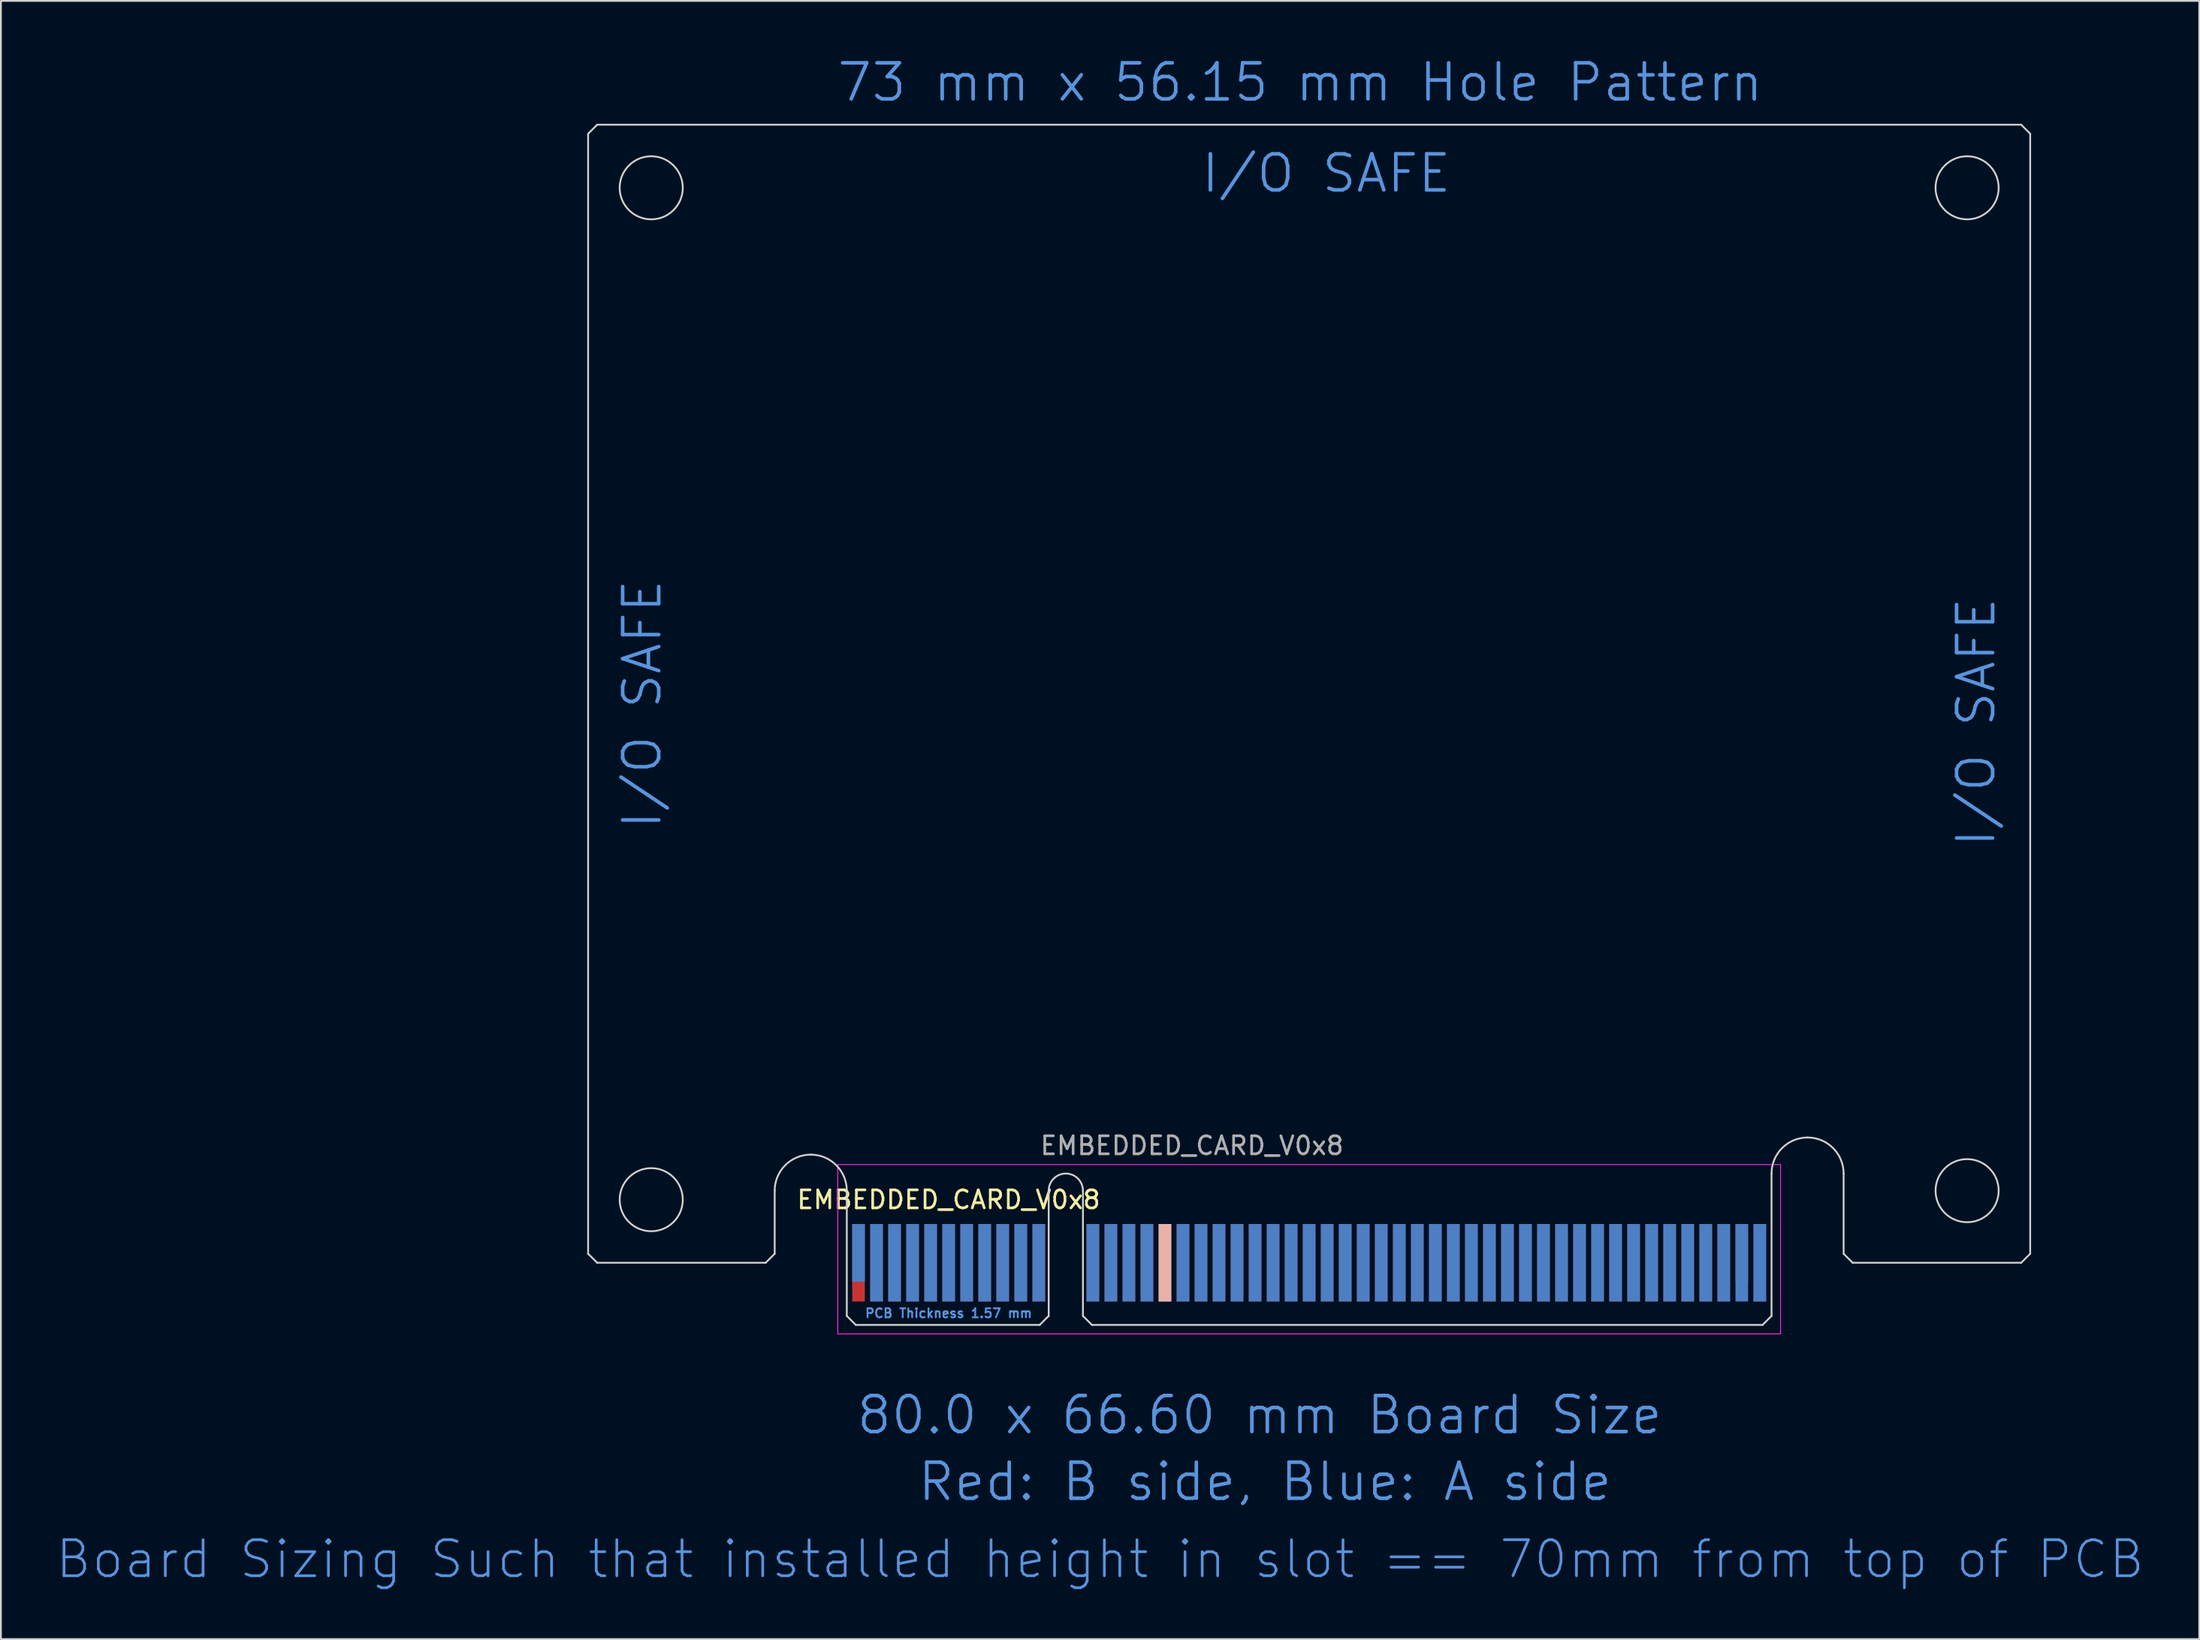
<source format=kicad_pcb>
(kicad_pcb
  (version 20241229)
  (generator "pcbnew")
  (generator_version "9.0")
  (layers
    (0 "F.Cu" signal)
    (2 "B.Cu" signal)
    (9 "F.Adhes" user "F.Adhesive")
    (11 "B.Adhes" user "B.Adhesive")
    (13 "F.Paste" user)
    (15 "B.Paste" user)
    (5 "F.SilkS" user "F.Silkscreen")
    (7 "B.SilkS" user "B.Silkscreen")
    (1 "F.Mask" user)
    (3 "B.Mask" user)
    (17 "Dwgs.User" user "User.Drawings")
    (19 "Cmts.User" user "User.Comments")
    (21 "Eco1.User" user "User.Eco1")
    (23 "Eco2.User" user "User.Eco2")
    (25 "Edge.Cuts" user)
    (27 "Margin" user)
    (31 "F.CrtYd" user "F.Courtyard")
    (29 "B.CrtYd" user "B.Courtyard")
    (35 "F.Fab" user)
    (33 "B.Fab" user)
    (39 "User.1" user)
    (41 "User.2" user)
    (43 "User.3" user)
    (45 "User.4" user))
  (footprint "EMBEDDED_CARD_V0x8"
    (layer "F.Cu")
    (at 44.577 67.021)
    (property "Reference" "EMBEDDED_CARD_V0x8" (at 5 -3.5 0) (layer "F.SilkS") (effects (font (size 1 1) (thickness 0.15))))
    (attr exclude_from_pos_files exclude_from_bom)
    (fp_line (start -15 -0.5) (end -15 -62.65) (stroke (width 0.1) (type solid)) (layer "Edge.Cuts"))
    (fp_line (start -15 -0.5) (end -14.5 0) (stroke (width 0.1) (type solid)) (layer "Edge.Cuts"))
    (fp_line (start -14.5 -63.15) (end -15 -62.65) (stroke (width 0.1) (type solid)) (layer "Edge.Cuts"))
    (fp_line (start -14.5 -63.15) (end 64.5 -63.15) (stroke (width 0.1) (type solid)) (layer "Edge.Cuts"))
    (fp_line (start -5.15 0) (end -14.5 0) (stroke (width 0.1) (type solid)) (layer "Edge.Cuts"))
    (fp_line (start -5.15 0) (end -4.65 -0.5) (stroke (width 0.1) (type solid)) (layer "Edge.Cuts"))
    (fp_line (start -4.65 -4) (end -4.65 -0.5) (stroke (width 0.1) (type solid)) (layer "Edge.Cuts"))
    (fp_line (start -0.65 -4) (end -0.65 2.95) (stroke (width 0.1) (type solid)) (layer "Edge.Cuts"))
    (fp_line (start -0.65 2.95) (end -0.15 3.45) (stroke (width 0.1) (type solid)) (layer "Edge.Cuts"))
    (fp_line (start -0.15 3.45) (end 10.05 3.45) (stroke (width 0.1) (type solid)) (layer "Edge.Cuts"))
    (fp_line (start 10.55 -4) (end 10.55 2.95) (stroke (width 0.1) (type solid)) (layer "Edge.Cuts"))
    (fp_line (start 10.55 2.95) (end 10.05 3.45) (stroke (width 0.1) (type solid)) (layer "Edge.Cuts"))
    (fp_line (start 12.45 -4) (end 12.45 2.95) (stroke (width 0.1) (type solid)) (layer "Edge.Cuts"))
    (fp_line (start 12.45 2.95) (end 12.95 3.45) (stroke (width 0.1) (type solid)) (layer "Edge.Cuts"))
    (fp_line (start 12.95 3.45) (end 50.15 3.45) (stroke (width 0.1) (type solid)) (layer "Edge.Cuts"))
    (fp_line (start 50.65 -4.95) (end 50.65 2.95) (stroke (width 0.1) (type solid)) (layer "Edge.Cuts"))
    (fp_line (start 50.65 2.95) (end 50.15 3.45) (stroke (width 0.1) (type solid)) (layer "Edge.Cuts"))
    (fp_line (start 54.65 -4.95) (end 54.65 -0.5) (stroke (width 0.1) (type solid)) (layer "Edge.Cuts"))
    (fp_line (start 55.15 0) (end 54.65 -0.5) (stroke (width 0.1) (type solid)) (layer "Edge.Cuts"))
    (fp_line (start 55.15 0) (end 64.5 0) (stroke (width 0.1) (type solid)) (layer "Edge.Cuts"))
    (fp_line (start 65 -62.65) (end 64.5 -63.15) (stroke (width 0.1) (type solid)) (layer "Edge.Cuts"))
    (fp_line (start 65 -0.5) (end 64.5 0) (stroke (width 0.1) (type solid)) (layer "Edge.Cuts"))
    (fp_line (start 65 -0.5) (end 65 -62.65) (stroke (width 0.1) (type solid)) (layer "Edge.Cuts"))
    (fp_arc (start -4.65 -4) (mid -4.064214 -5.414214) (end -2.65 -6) (stroke (width 0.1) (type solid)) (layer "Edge.Cuts"))
    (fp_arc (start -2.65 -6) (mid -1.235786 -5.414214) (end -0.65 -4) (stroke (width 0.1) (type solid)) (layer "Edge.Cuts"))
    (fp_arc (start 10.55 -4) (mid 11.5 -4.95) (end 12.45 -4) (stroke (width 0.1) (type solid)) (layer "Edge.Cuts"))
    (fp_arc (start 50.650001 -4.949999) (mid 51.235787 -6.364213) (end 52.650001 -6.949999) (stroke (width 0.1) (type solid)) (layer "Edge.Cuts"))
    (fp_arc (start 52.650001 -6.949999) (mid 54.064215 -6.364213) (end 54.650001 -4.949999) (stroke (width 0.1) (type solid)) (layer "Edge.Cuts"))
    (fp_circle (center -11.5 -59.65) (end -9.75 -59.65) (stroke (width 0.1) (type solid)) (fill no) (layer "Edge.Cuts"))
    (fp_circle (center -11.5 -3.5) (end -9.75 -3.5) (stroke (width 0.1) (type solid)) (fill no) (layer "Edge.Cuts"))
    (fp_circle (center 61.5 -59.65) (end 63.25 -59.65) (stroke (width 0.1) (type solid)) (fill no) (layer "Edge.Cuts"))
    (fp_circle (center 61.5 -4) (end 63.25 -4) (stroke (width 0.1) (type solid)) (fill no) (layer "Edge.Cuts"))
    (fp_line (start -1.15 -5.45) (end -1.15 3.95) (stroke (width 0.05) (type solid)) (layer "F.CrtYd"))
    (fp_line (start -1.15 -5.45) (end 51.15 -5.45) (stroke (width 0.05) (type solid)) (layer "F.CrtYd"))
    (fp_line (start 51.15 3.95) (end -1.15 3.95) (stroke (width 0.05) (type solid)) (layer "F.CrtYd"))
    (fp_line (start 51.15 3.95) (end 51.15 -5.45) (stroke (width 0.05) (type solid)) (layer "F.CrtYd"))
    (fp_line (start -17.5 -59.65) (end -17.5 -3.5) (stroke (width 0.12) (type solid)) (layer "User.8"))
    (fp_line (start -15 4.6) (end 65 4.6) (stroke (width 0.2) (type solid)) (layer "User.8"))
    (fp_line (start -14 -55.5) (end -9 -55.5) (stroke (width 0.12) (type solid)) (layer "User.8"))
    (fp_line (start -11.5 -64.05) (end 61.5 -64.05) (stroke (width 0.12) (type solid)) (layer "User.8"))
    (fp_line (start -9 -55.5) (end -9 -10) (stroke (width 0.12) (type solid)) (layer "User.8"))
    (fp_line (start -9 -10) (end -14 -10) (stroke (width 0.12) (type solid)) (layer "User.8"))
    (fp_line (start -6.05 -57.45) (end -6.05 -62.45) (stroke (width 0.12) (type solid)) (layer "User.8"))
    (fp_line (start -6.05 -57.45) (end 55.95 -57.45) (stroke (width 0.12) (type solid)) (layer "User.8"))
    (fp_line (start 55.95 -62.45) (end 55.95 -57.45) (stroke (width 0.12) (type solid)) (layer "User.8"))
    (fp_line (start 59 -55.5) (end 59 -10) (stroke (width 0.12) (type solid)) (layer "User.8"))
    (fp_line (start 59 -10) (end 64 -10) (stroke (width 0.12) (type solid)) (layer "User.8"))
    (fp_line (start 64 -55.5) (end 59 -55.5) (stroke (width 0.12) (type solid)) (layer "User.8"))
    (fp_line (start 68 3.45) (end 68 -63.15) (stroke (width 0.12) (type solid)) (layer "User.8"))
    (fp_text user "I/O SAFE" (at -12 -31 90) (unlocked yes) (layer "Cmts.User") (effects (font (size 2 2) (thickness 0.2))))
    (fp_text user "PCB Thickness 1.57 mm" (at 5 2.8 180) (layer "Cmts.User") (effects (font (size 0.5 0.5) (thickness 0.1))))
    (fp_text user "I/O SAFE" (at 25.95 -60.45 0) (unlocked yes) (layer "Cmts.User") (effects (font (size 2 2) (thickness 0.2))))
    (fp_text user "Board Sizing Such that installed height in slot == 70mm from top of PCB" (at 13.4 16.45 0) (unlocked yes) (layer "Cmts.User") (effects (font (size 2 2) (thickness 0.15))))
    (fp_text user "80.0 x 66.60 mm Board Size" (at 22.25 8.45 0) (unlocked yes) (layer "Cmts.User") (effects (font (size 2 2) (thickness 0.2))))
    (fp_text user "73 mm x 56.15 mm Hole Pattern" (at 24.5 -65.5 0) (unlocked yes) (layer "Cmts.User") (effects (font (size 2 2) (thickness 0.2))))
    (fp_text user "I/O SAFE" (at 62 -30 90) (unlocked yes) (layer "Cmts.User") (effects (font (size 2 2) (thickness 0.2))))
    (fp_text user "Red: B side, Blue: A side" (at 22.55 12.15 0) (unlocked yes) (layer "Cmts.User") (effects (font (size 2 2) (thickness 0.2))))
    (fp_text user "${REFERENCE}" (at 18.5 -6.5 0) (layer "F.Fab") (effects (font (size 1 1) (thickness 0.15))))
    (pad "+5V" connect rect (at 8 0) (size 0.7 4.3) (layers "F.Cu" "F.Mask"))
    (pad "+5V" connect rect (at 9 0) (size 0.7 4.3) (layers "F.Cu" "F.Mask"))
    (pad "+5V" connect rect (at 9 0) (size 0.7 4.3) (layers "B.Cu" "B.Mask"))
    (pad "+5V" connect rect (at 10 0) (size 0.7 4.3) (layers "F.Cu" "F.Mask"))
    (pad "+5V" connect rect (at 10 0) (size 0.7 4.3) (layers "B.Cu" "B.Mask"))
    (pad "+12V" connect rect (at 0 -0.55) (size 0.7 3.2) (layers "B.Cu" "B.Mask"))
    (pad "+12V" connect rect (at 0 0) (size 0.7 4.3) (layers "F.Cu" "F.Mask"))
    (pad "+12V" connect rect (at 1 0) (size 0.7 4.3) (layers "F.Cu" "F.Mask"))
    (pad "+12V" connect rect (at 1 0) (size 0.7 4.3) (layers "B.Cu" "B.Mask"))
    (pad "+12V" connect rect (at 2 0) (size 0.7 4.3) (layers "F.Cu" "F.Mask"))
    (pad "+12V" connect rect (at 2 0) (size 0.7 4.3) (layers "B.Cu" "B.Mask"))
    (pad "3" connect rect (at 4 0) (size 0.7 4.3) (layers "F.Cu" "F.Mask"))
    (pad "4" connect rect (at 5 0) (size 0.7 4.3) (layers "F.Cu" "F.Mask"))
    (pad "5" connect rect (at 6 0) (size 0.7 4.3) (layers "B.Cu" "B.Mask"))
    (pad "6" connect rect (at 7 0) (size 0.7 4.3) (layers "B.Cu" "B.Mask"))
    (pad "7" connect rect (at 31 0) (size 0.7 4.3) (layers "F.Cu" "F.Mask"))
    (pad "8" connect rect (at 32 0) (size 0.7 4.3) (layers "F.Cu" "F.Mask"))
    (pad "9" connect rect (at 18 0) (size 0.7 4.3) (layers "F.Cu" "F.Mask"))
    (pad "10" connect rect (at 14 0) (size 0.7 4.3) (layers "B.Cu" "B.Mask"))
    (pad "11" connect rect (at 15 0) (size 0.7 4.3) (layers "B.Cu" "B.Mask"))
    (pad "12" connect rect (at 15 0) (size 0.7 4.3) (layers "F.Cu" "F.Mask"))
    (pad "13" connect rect (at 16 0) (size 0.7 4.3) (layers "F.Cu" "F.Mask"))
    (pad "14" connect rect (at 17 0) (size 0.7 4.3) (layers "B.Cu" "B.Mask"))
    (pad "15" connect rect (at 18 0) (size 0.7 4.3) (layers "B.Cu" "B.Mask"))
    (pad "16" connect rect (at 20 0) (size 0.7 4.3) (layers "F.Cu" "F.Mask"))
    (pad "17" connect rect (at 21 0) (size 0.7 4.3) (layers "F.Cu" "F.Mask"))
    (pad "18" connect rect (at 22 0) (size 0.7 4.3) (layers "B.Cu" "B.Mask"))
    (pad "19" connect rect (at 23 0) (size 0.7 4.3) (layers "B.Cu" "B.Mask"))
    (pad "20" connect rect (at 24 0) (size 0.7 4.3) (layers "F.Cu" "F.Mask"))
    (pad "21" connect rect (at 25 0) (size 0.7 4.3) (layers "F.Cu" "F.Mask"))
    (pad "22" connect rect (at 26 0) (size 0.7 4.3) (layers "B.Cu" "B.Mask"))
    (pad "23" connect rect (at 27 0) (size 0.7 4.3) (layers "B.Cu" "B.Mask"))
    (pad "24" connect rect (at 28 0) (size 0.7 4.3) (layers "F.Cu" "F.Mask"))
    (pad "25" connect rect (at 29 0) (size 0.7 4.3) (layers "F.Cu" "F.Mask"))
    (pad "26" connect rect (at 30 0) (size 0.7 4.3) (layers "B.Cu" "B.Mask"))
    (pad "27" connect rect (at 31 0) (size 0.7 4.3) (layers "B.Cu" "B.Mask"))
    (pad "28" connect rect (at 34 0) (size 0.7 4.3) (layers "F.Cu" "F.Mask"))
    (pad "29" connect rect (at 35 0) (size 0.7 4.3) (layers "F.Cu" "F.Mask"))
    (pad "30" connect rect (at 36 0) (size 0.7 4.3) (layers "B.Cu" "B.Mask"))
    (pad "31" connect rect (at 37 0) (size 0.7 4.3) (layers "B.Cu" "B.Mask"))
    (pad "32" connect rect (at 38 0) (size 0.7 4.3) (layers "F.Cu" "F.Mask"))
    (pad "33" connect rect (at 39 0) (size 0.7 4.3) (layers "F.Cu" "F.Mask"))
    (pad "34" connect rect (at 40 0) (size 0.7 4.3) (layers "B.Cu" "B.Mask"))
    (pad "35" connect rect (at 41 0) (size 0.7 4.3) (layers "B.Cu" "B.Mask"))
    (pad "36" connect rect (at 42 0) (size 0.7 4.3) (layers "F.Cu" "F.Mask"))
    (pad "37" connect rect (at 43 0) (size 0.7 4.3) (layers "F.Cu" "F.Mask"))
    (pad "38" connect rect (at 44 0) (size 0.7 4.3) (layers "B.Cu" "B.Mask"))
    (pad "39" connect rect (at 45 0) (size 0.7 4.3) (layers "B.Cu" "B.Mask"))
    (pad "40" connect rect (at 46 0) (size 0.7 4.3) (layers "F.Cu" "F.Mask"))
    (pad "41" connect rect (at 47 0) (size 0.7 4.3) (layers "F.Cu" "F.Mask"))
    (pad "42" connect rect (at 48 0) (size 0.7 4.3) (layers "B.Cu" "B.Mask"))
    (pad "43" connect rect (at 49 0) (size 0.7 4.3) (layers "B.Cu" "B.Mask"))
    (pad "GND" connect rect (at 3 0) (size 0.7 4.3) (layers "F.Cu" "F.Mask"))
    (pad "GND" connect rect (at 3 0) (size 0.7 4.3) (layers "B.Cu" "B.Mask"))
    (pad "GND" connect rect (at 4 0) (size 0.7 4.3) (layers "B.Cu" "B.Mask"))
    (pad "GND" connect rect (at 5 0) (size 0.7 4.3) (layers "B.Cu" "B.Mask"))
    (pad "GND" connect rect (at 6 0) (size 0.7 4.3) (layers "F.Cu" "F.Mask"))
    (pad "GND" connect rect (at 7 0) (size 0.7 4.3) (layers "F.Cu" "F.Mask"))
    (pad "GND" connect rect (at 8 0) (size 0.7 4.3) (layers "B.Cu" "B.Mask"))
    (pad "GND" connect rect (at 13 0) (size 0.7 4.3) (layers "B.Cu" "B.Mask"))
    (pad "GND" connect rect (at 14 0) (size 0.7 4.3) (layers "F.Cu" "F.Mask"))
    (pad "GND" connect rect (at 16 0) (size 0.7 4.3) (layers "B.Cu" "B.Mask"))
    (pad "GND" connect rect (at 17 0) (size 0.7 4.3) (layers "F.Cu" "F.Mask" "B.SilkS"))
    (pad "GND" connect rect (at 19 0) (size 0.7 4.3) (layers "F.Cu" "F.Mask"))
    (pad "GND" connect rect (at 19 0) (size 0.7 4.3) (layers "B.Cu" "B.Mask"))
    (pad "GND" connect rect (at 20 0) (size 0.7 4.3) (layers "B.Cu" "B.Mask"))
    (pad "GND" connect rect (at 21 0) (size 0.7 4.3) (layers "B.Cu" "B.Mask"))
    (pad "GND" connect rect (at 22 0) (size 0.7 4.3) (layers "F.Cu" "F.Mask"))
    (pad "GND" connect rect (at 23 0) (size 0.7 4.3) (layers "F.Cu" "F.Mask"))
    (pad "GND" connect rect (at 24 0) (size 0.7 4.3) (layers "B.Cu" "B.Mask"))
    (pad "GND" connect rect (at 25 0) (size 0.7 4.3) (layers "B.Cu" "B.Mask"))
    (pad "GND" connect rect (at 26 0) (size 0.7 4.3) (layers "F.Cu" "F.Mask"))
    (pad "GND" connect rect (at 27 0) (size 0.7 4.3) (layers "F.Cu" "F.Mask"))
    (pad "GND" connect rect (at 28 0) (size 0.7 4.3) (layers "B.Cu" "B.Mask"))
    (pad "GND" connect rect (at 29 0) (size 0.7 4.3) (layers "B.Cu" "B.Mask"))
    (pad "GND" connect rect (at 30 0) (size 0.7 4.3) (layers "F.Cu" "F.Mask"))
    (pad "GND" connect rect (at 32 0) (size 0.7 4.3) (layers "B.Cu" "B.Mask"))
    (pad "GND" connect rect (at 33 0) (size 0.7 4.3) (layers "F.Cu" "F.Mask"))
    (pad "GND" connect rect (at 33 0) (size 0.7 4.3) (layers "B.Cu" "B.Mask"))
    (pad "GND" connect rect (at 34 0) (size 0.7 4.3) (layers "B.Cu" "B.Mask"))
    (pad "GND" connect rect (at 35 0) (size 0.7 4.3) (layers "B.Cu" "B.Mask"))
    (pad "GND" connect rect (at 36 0) (size 0.7 4.3) (layers "F.Cu" "F.Mask"))
    (pad "GND" connect rect (at 37 0) (size 0.7 4.3) (layers "F.Cu" "F.Mask"))
    (pad "GND" connect rect (at 38 0) (size 0.7 4.3) (layers "B.Cu" "B.Mask"))
    (pad "GND" connect rect (at 39 0) (size 0.7 4.3) (layers "B.Cu" "B.Mask"))
    (pad "GND" connect rect (at 40 0) (size 0.7 4.3) (layers "F.Cu" "F.Mask"))
    (pad "GND" connect rect (at 41 0) (size 0.7 4.3) (layers "F.Cu" "F.Mask"))
    (pad "GND" connect rect (at 42 0) (size 0.7 4.3) (layers "B.Cu" "B.Mask"))
    (pad "GND" connect rect (at 43 0) (size 0.7 4.3) (layers "B.Cu" "B.Mask"))
    (pad "GND" connect rect (at 44 0) (size 0.7 4.3) (layers "F.Cu" "F.Mask"))
    (pad "GND" connect rect (at 45 0) (size 0.7 4.3) (layers "F.Cu" "F.Mask"))
    (pad "GND" connect rect (at 46 0) (size 0.7 4.3) (layers "B.Cu" "B.Mask"))
    (pad "GND" connect rect (at 47 0) (size 0.7 4.3) (layers "B.Cu" "B.Mask"))
    (pad "GND" connect rect (at 48 0) (size 0.7 4.3) (layers "F.Cu" "F.Mask"))
    (pad "GND" connect rect (at 49 -0.55) (size 0.7 3.2) (layers "F.Cu" "F.Mask"))
    (pad "GND" connect rect (at 50 0) (size 0.7 4.3) (layers "F.Cu" "F.Mask"))
    (pad "GND" connect rect (at 50 0) (size 0.7 4.3) (layers "B.Cu" "B.Mask"))
    (pad "RES" connect rect (at 13 0) (size 0.7 4.3) (layers "F.Cu" "F.Mask")))
  (gr_rect
    (start -3 -3)
    (end 118.955 87.904)
    (stroke (width 0.1) (type default))
    (fill no)
    (layer "Edge.Cuts")))
</source>
